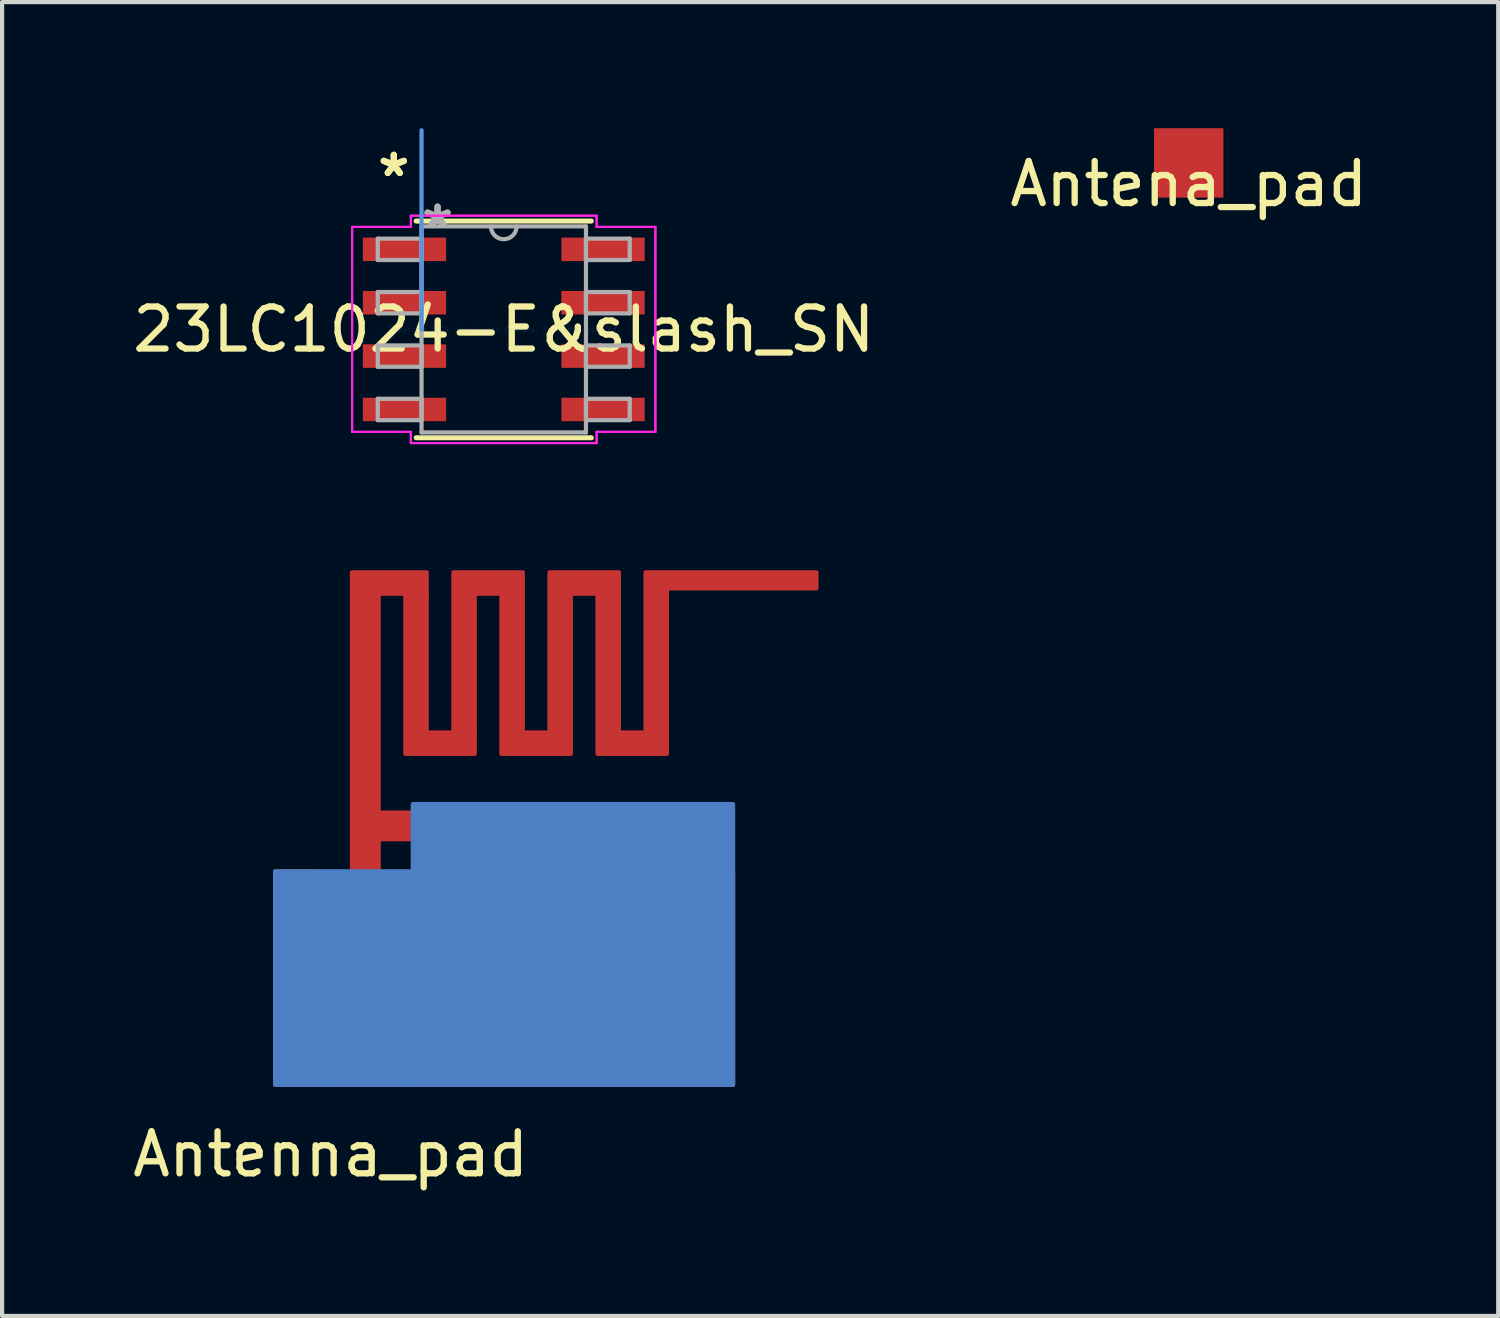
<source format=kicad_pcb>
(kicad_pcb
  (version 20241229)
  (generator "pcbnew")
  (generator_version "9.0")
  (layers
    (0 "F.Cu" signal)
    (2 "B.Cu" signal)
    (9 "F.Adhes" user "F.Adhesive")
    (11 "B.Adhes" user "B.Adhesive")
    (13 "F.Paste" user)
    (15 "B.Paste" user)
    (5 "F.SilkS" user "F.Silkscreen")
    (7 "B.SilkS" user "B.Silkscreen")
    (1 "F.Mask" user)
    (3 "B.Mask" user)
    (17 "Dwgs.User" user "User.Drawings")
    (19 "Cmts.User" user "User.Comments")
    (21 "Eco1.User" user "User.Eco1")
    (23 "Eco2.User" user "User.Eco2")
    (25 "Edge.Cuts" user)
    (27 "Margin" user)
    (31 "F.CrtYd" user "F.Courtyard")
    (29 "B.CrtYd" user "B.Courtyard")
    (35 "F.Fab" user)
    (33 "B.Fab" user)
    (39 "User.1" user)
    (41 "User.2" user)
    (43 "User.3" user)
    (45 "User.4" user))
  (footprint "23LC1024-E&slash_SN"
    (layer "F.Cu")
    (at 8.935 4.787)
    (property "Reference" "23LC1024-E&slash_SN" (at 0 0 0) (layer "F.SilkS") (effects (font (size 1 1) (thickness 0.15))))
    (attr through_hole)
    (fp_line (start -2.083 2.578) (end 2.083 2.578) (stroke (width 0.12) (type solid)) (layer "F.SilkS"))
    (fp_line (start 2.083 -2.578) (end -2.083 -2.578) (stroke (width 0.12) (type solid)) (layer "F.SilkS"))
    (fp_line (start -1.956 0) (end -1.956 -4.737) (stroke (width 0.1) (type solid)) (layer "Cmts.User"))
    (fp_line (start -3.607 -2.438) (end -2.21 -2.438) (stroke (width 0.05) (type solid)) (layer "F.CrtYd"))
    (fp_line (start -3.607 -2.438) (end -2.21 -2.438) (stroke (width 0.05) (type solid)) (layer "F.CrtYd"))
    (fp_line (start -3.607 2.438) (end -3.607 -2.438) (stroke (width 0.05) (type solid)) (layer "F.CrtYd"))
    (fp_line (start -3.607 2.438) (end -3.607 -2.438) (stroke (width 0.05) (type solid)) (layer "F.CrtYd"))
    (fp_line (start -3.607 2.438) (end -2.21 2.438) (stroke (width 0.05) (type solid)) (layer "F.CrtYd"))
    (fp_line (start -2.21 -2.705) (end 2.21 -2.705) (stroke (width 0.05) (type solid)) (layer "F.CrtYd"))
    (fp_line (start -2.21 -2.705) (end 2.21 -2.705) (stroke (width 0.05) (type solid)) (layer "F.CrtYd"))
    (fp_line (start -2.21 -2.438) (end -2.21 -2.705) (stroke (width 0.05) (type solid)) (layer "F.CrtYd"))
    (fp_line (start -2.21 -2.438) (end -2.21 -2.705) (stroke (width 0.05) (type solid)) (layer "F.CrtYd"))
    (fp_line (start -2.21 2.438) (end -3.607 2.438) (stroke (width 0.05) (type solid)) (layer "F.CrtYd"))
    (fp_line (start -2.21 2.705) (end -2.21 2.438) (stroke (width 0.05) (type solid)) (layer "F.CrtYd"))
    (fp_line (start -2.21 2.705) (end -2.21 2.438) (stroke (width 0.05) (type solid)) (layer "F.CrtYd"))
    (fp_line (start 2.21 -2.705) (end 2.21 -2.438) (stroke (width 0.05) (type solid)) (layer "F.CrtYd"))
    (fp_line (start 2.21 -2.705) (end 2.21 -2.438) (stroke (width 0.05) (type solid)) (layer "F.CrtYd"))
    (fp_line (start 2.21 -2.438) (end 3.607 -2.438) (stroke (width 0.05) (type solid)) (layer "F.CrtYd"))
    (fp_line (start 2.21 2.438) (end 2.21 2.705) (stroke (width 0.05) (type solid)) (layer "F.CrtYd"))
    (fp_line (start 2.21 2.438) (end 2.21 2.705) (stroke (width 0.05) (type solid)) (layer "F.CrtYd"))
    (fp_line (start 2.21 2.705) (end -2.21 2.705) (stroke (width 0.05) (type solid)) (layer "F.CrtYd"))
    (fp_line (start 2.21 2.705) (end -2.21 2.705) (stroke (width 0.05) (type solid)) (layer "F.CrtYd"))
    (fp_line (start 3.607 -2.438) (end 2.21 -2.438) (stroke (width 0.05) (type solid)) (layer "F.CrtYd"))
    (fp_line (start 3.607 -2.438) (end 3.607 2.438) (stroke (width 0.05) (type solid)) (layer "F.CrtYd"))
    (fp_line (start 3.607 -2.438) (end 3.607 2.438) (stroke (width 0.05) (type solid)) (layer "F.CrtYd"))
    (fp_line (start 3.607 2.438) (end 2.21 2.438) (stroke (width 0.05) (type solid)) (layer "F.CrtYd"))
    (fp_line (start 3.607 2.438) (end 2.21 2.438) (stroke (width 0.05) (type solid)) (layer "F.CrtYd"))
    (fp_line (start -2.997 -2.159) (end -2.997 -1.651) (stroke (width 0.1) (type solid)) (layer "F.Fab"))
    (fp_line (start -2.997 -1.651) (end -1.956 -1.651) (stroke (width 0.1) (type solid)) (layer "F.Fab"))
    (fp_line (start -2.997 -0.889) (end -2.997 -0.381) (stroke (width 0.1) (type solid)) (layer "F.Fab"))
    (fp_line (start -2.997 -0.381) (end -1.956 -0.381) (stroke (width 0.1) (type solid)) (layer "F.Fab"))
    (fp_line (start -2.997 0.381) (end -2.997 0.889) (stroke (width 0.1) (type solid)) (layer "F.Fab"))
    (fp_line (start -2.997 0.889) (end -1.956 0.889) (stroke (width 0.1) (type solid)) (layer "F.Fab"))
    (fp_line (start -2.997 1.651) (end -2.997 2.159) (stroke (width 0.1) (type solid)) (layer "F.Fab"))
    (fp_line (start -2.997 2.159) (end -1.956 2.159) (stroke (width 0.1) (type solid)) (layer "F.Fab"))
    (fp_line (start -1.956 -2.451) (end -1.956 2.451) (stroke (width 0.1) (type solid)) (layer "F.Fab"))
    (fp_line (start -1.956 -2.159) (end -2.997 -2.159) (stroke (width 0.1) (type solid)) (layer "F.Fab"))
    (fp_line (start -1.956 -1.651) (end -1.956 -2.159) (stroke (width 0.1) (type solid)) (layer "F.Fab"))
    (fp_line (start -1.956 -0.889) (end -2.997 -0.889) (stroke (width 0.1) (type solid)) (layer "F.Fab"))
    (fp_line (start -1.956 -0.381) (end -1.956 -0.889) (stroke (width 0.1) (type solid)) (layer "F.Fab"))
    (fp_line (start -1.956 0.381) (end -2.997 0.381) (stroke (width 0.1) (type solid)) (layer "F.Fab"))
    (fp_line (start -1.956 0.889) (end -1.956 0.381) (stroke (width 0.1) (type solid)) (layer "F.Fab"))
    (fp_line (start -1.956 1.651) (end -2.997 1.651) (stroke (width 0.1) (type solid)) (layer "F.Fab"))
    (fp_line (start -1.956 2.159) (end -1.956 1.651) (stroke (width 0.1) (type solid)) (layer "F.Fab"))
    (fp_line (start -1.956 2.451) (end 1.956 2.451) (stroke (width 0.1) (type solid)) (layer "F.Fab"))
    (fp_line (start 1.956 -2.451) (end -1.956 -2.451) (stroke (width 0.1) (type solid)) (layer "F.Fab"))
    (fp_line (start 1.956 -2.159) (end 1.956 -1.651) (stroke (width 0.1) (type solid)) (layer "F.Fab"))
    (fp_line (start 1.956 -1.651) (end 2.997 -1.651) (stroke (width 0.1) (type solid)) (layer "F.Fab"))
    (fp_line (start 1.956 -0.889) (end 1.956 -0.381) (stroke (width 0.1) (type solid)) (layer "F.Fab"))
    (fp_line (start 1.956 -0.381) (end 2.997 -0.381) (stroke (width 0.1) (type solid)) (layer "F.Fab"))
    (fp_line (start 1.956 0.381) (end 1.956 0.889) (stroke (width 0.1) (type solid)) (layer "F.Fab"))
    (fp_line (start 1.956 0.889) (end 2.997 0.889) (stroke (width 0.1) (type solid)) (layer "F.Fab"))
    (fp_line (start 1.956 1.651) (end 1.956 2.159) (stroke (width 0.1) (type solid)) (layer "F.Fab"))
    (fp_line (start 1.956 2.159) (end 2.997 2.159) (stroke (width 0.1) (type solid)) (layer "F.Fab"))
    (fp_line (start 1.956 2.451) (end 1.956 -2.451) (stroke (width 0.1) (type solid)) (layer "F.Fab"))
    (fp_line (start 2.997 -2.159) (end 1.956 -2.159) (stroke (width 0.1) (type solid)) (layer "F.Fab"))
    (fp_line (start 2.997 -1.651) (end 2.997 -2.159) (stroke (width 0.1) (type solid)) (layer "F.Fab"))
    (fp_line (start 2.997 -0.889) (end 1.956 -0.889) (stroke (width 0.1) (type solid)) (layer "F.Fab"))
    (fp_line (start 2.997 -0.381) (end 2.997 -0.889) (stroke (width 0.1) (type solid)) (layer "F.Fab"))
    (fp_line (start 2.997 0.381) (end 1.956 0.381) (stroke (width 0.1) (type solid)) (layer "F.Fab"))
    (fp_line (start 2.997 0.889) (end 2.997 0.381) (stroke (width 0.1) (type solid)) (layer "F.Fab"))
    (fp_line (start 2.997 1.651) (end 1.956 1.651) (stroke (width 0.1) (type solid)) (layer "F.Fab"))
    (fp_line (start 2.997 2.159) (end 2.997 1.651) (stroke (width 0.1) (type solid)) (layer "F.Fab"))
    (fp_arc (start 0.3048 -2.4511) (mid 0 -2.1463) (end -0.3048 -2.4511) (stroke (width 0.1) (type solid)) (layer "F.Fab"))
    (fp_text user "*" (at -2.616 -3.607 0) (layer "F.SilkS") (effects (font (size 1 1) (thickness 0.15))))
    (fp_text user "*" (at -2.616 -3.607 0) (layer "F.SilkS") (effects (font (size 1 1) (thickness 0.15))))
    (fp_text user "Copyright 2021 Accelerated Designs. All rights reserved." (at 0 0 0) (layer "Cmts.User") (effects (font (size 0.127 0.127) (thickness 0.002))))
    (fp_text user "*" (at -1.575 -2.375 0) (layer "F.Fab") (effects (font (size 1 1) (thickness 0.15))))
    (fp_text user "*" (at -1.575 -2.375 0) (layer "F.Fab") (effects (font (size 1 1) (thickness 0.15))))
    (pad "1" smd rect (at -2.362 -1.905) (size 1.981 0.559) (layers "F.Cu" "F.Mask" "F.Paste"))
    (pad "2" smd rect (at -2.362 -0.635) (size 1.981 0.559) (layers "F.Cu" "F.Mask" "F.Paste"))
    (pad "3" smd rect (at -2.362 0.635) (size 1.981 0.559) (layers "F.Cu" "F.Mask" "F.Paste"))
    (pad "4" smd rect (at -2.362 1.905) (size 1.981 0.559) (layers "F.Cu" "F.Mask" "F.Paste"))
    (pad "5" smd rect (at 2.362 1.905) (size 1.981 0.559) (layers "F.Cu" "F.Mask" "F.Paste"))
    (pad "6" smd rect (at 2.362 0.635) (size 1.981 0.559) (layers "F.Cu" "F.Mask" "F.Paste"))
    (pad "7" smd rect (at 2.362 -0.635) (size 1.981 0.559) (layers "F.Cu" "F.Mask" "F.Paste"))
    (pad "8" smd rect (at 2.362 -1.905) (size 1.981 0.559) (layers "F.Cu" "F.Mask" "F.Paste")))
  (footprint "Antenna_pad"
    (layer "F.Cu")
    (at 6.733 23.223)
    (property "Reference" "Antenna_pad" (at -1.917 1.187 0) (layer "F.SilkS") (effects (font (size 1 1) (thickness 0.15))))
    (attr through_hole)
    (fp_poly (pts (xy -1.409 -4.528) (xy -1.917 -4.528) (xy -1.409 -5.544)) (stroke (width 0.1) (type solid)) (fill yes) (layer "F.Cu"))
    (fp_poly (pts (xy -0.266 -4.528) (xy -0.774 -4.528) (xy -0.774 -5.544)) (stroke (width 0.1) (type solid)) (fill yes) (layer "F.Cu"))
    (fp_poly (pts (xy -0.901 -5.544) (xy -1.409 -5.544) (xy -1.409 -12.656) (xy -0.901 -12.656)) (stroke (width 0.1) (type solid)) (fill yes) (layer "F.Cu"))
    (fp_poly (pts (xy -0.774 -5.544) (xy -0.901 -5.544) (xy -0.901 -12.656) (xy -0.774 -12.656)) (stroke (width 0.1) (type solid)) (fill yes) (layer "F.Cu"))
    (fp_poly (pts (xy -0.774 -4.528) (xy -1.409 -4.528) (xy -1.409 -5.544) (xy -0.774 -5.544)) (stroke (width 0.1) (type solid)) (fill yes) (layer "F.Cu"))
    (fp_poly (pts (xy -0.139 -12.148) (xy -0.774 -12.148) (xy -0.774 -12.656) (xy -0.139 -12.656)) (stroke (width 0.1) (type solid)) (fill yes) (layer "F.Cu"))
    (fp_poly (pts (xy 0.369 -12.148) (xy -0.139 -12.148) (xy -0.139 -12.656) (xy 0.369 -12.656)) (stroke (width 0.1) (type solid)) (fill yes) (layer "F.Cu"))
    (fp_poly (pts (xy 0.369 -8.338) (xy -0.139 -8.338) (xy -0.139 -12.148) (xy 0.369 -12.148)) (stroke (width 0.1) (type solid)) (fill yes) (layer "F.Cu"))
    (fp_poly (pts (xy 1.004 -8.846) (xy 0.369 -8.846) (xy 0.369 -8.338) (xy 1.004 -8.338)) (stroke (width 0.1) (type solid)) (fill yes) (layer "F.Cu"))
    (fp_poly (pts (xy 1.512 -12.656) (xy 1.004 -12.656) (xy 1.004 -8.846) (xy 1.512 -8.846)) (stroke (width 0.1) (type solid)) (fill yes) (layer "F.Cu"))
    (fp_poly (pts (xy 1.512 -8.846) (xy 1.004 -8.846) (xy 1.004 -8.338) (xy 1.512 -8.338)) (stroke (width 0.1) (type solid)) (fill yes) (layer "F.Cu"))
    (fp_poly (pts (xy 2.147 -12.148) (xy 1.512 -12.148) (xy 1.512 -12.656) (xy 2.147 -12.656)) (stroke (width 0.1) (type solid)) (fill yes) (layer "F.Cu"))
    (fp_poly (pts (xy 2.655 -12.148) (xy 2.147 -12.148) (xy 2.147 -12.656) (xy 2.655 -12.656)) (stroke (width 0.1) (type solid)) (fill yes) (layer "F.Cu"))
    (fp_poly (pts (xy 2.655 -8.338) (xy 2.147 -8.338) (xy 2.147 -12.148) (xy 2.655 -12.148)) (stroke (width 0.1) (type solid)) (fill yes) (layer "F.Cu"))
    (fp_poly (pts (xy 3.29 -8.846) (xy 2.655 -8.846) (xy 2.655 -8.338) (xy 3.29 -8.338)) (stroke (width 0.1) (type solid)) (fill yes) (layer "F.Cu"))
    (fp_poly (pts (xy 3.798 -12.656) (xy 3.29 -12.656) (xy 3.29 -8.846) (xy 3.798 -8.846)) (stroke (width 0.1) (type solid)) (fill yes) (layer "F.Cu"))
    (fp_poly (pts (xy 3.798 -8.846) (xy 3.29 -8.846) (xy 3.29 -8.338) (xy 3.798 -8.338)) (stroke (width 0.1) (type solid)) (fill yes) (layer "F.Cu"))
    (fp_poly (pts (xy 4.433 -12.148) (xy 3.798 -12.148) (xy 3.798 -12.656) (xy 4.433 -12.656)) (stroke (width 0.1) (type solid)) (fill yes) (layer "F.Cu"))
    (fp_poly (pts (xy 4.941 -12.148) (xy 4.433 -12.148) (xy 4.433 -12.656) (xy 4.941 -12.656)) (stroke (width 0.1) (type solid)) (fill yes) (layer "F.Cu"))
    (fp_poly (pts (xy 4.941 -8.338) (xy 4.433 -8.338) (xy 4.433 -12.148) (xy 4.941 -12.148)) (stroke (width 0.1) (type solid)) (fill yes) (layer "F.Cu"))
    (fp_poly (pts (xy 5.576 -8.846) (xy 4.941 -8.846) (xy 4.941 -8.338) (xy 5.576 -8.338)) (stroke (width 0.1) (type solid)) (fill yes) (layer "F.Cu"))
    (fp_poly (pts (xy 6.084 -12.656) (xy 5.576 -12.656) (xy 5.576 -8.846) (xy 6.084 -8.846)) (stroke (width 0.1) (type solid)) (fill yes) (layer "F.Cu"))
    (fp_poly (pts (xy 6.084 -8.846) (xy 5.576 -8.846) (xy 5.576 -8.338) (xy 6.084 -8.338)) (stroke (width 0.1) (type solid)) (fill yes) (layer "F.Cu"))
    (fp_poly (pts (xy 6.084 -6.306) (xy -0.774 -6.306) (xy -0.774 -6.941) (xy 6.084 -6.941)) (stroke (width 0.1) (type solid)) (fill yes) (layer "F.Cu"))
    (fp_poly (pts (xy 6.16 -6.306) (xy 6.084 -6.306) (xy 6.084 -6.941) (xy 6.16 -6.941)) (stroke (width 0.1) (type solid)) (fill yes) (layer "F.Cu"))
    (fp_poly (pts (xy 9.64 -12.402) (xy 6.084 -12.402) (xy 6.084 -12.656) (xy 9.64 -12.656)) (stroke (width 0.1) (type solid)) (fill yes) (layer "F.Cu"))
    (fp_poly (pts (xy 9.64 -12.275) (xy 6.084 -12.275) (xy 6.084 -12.402) (xy 9.64 -12.402)) (stroke (width 0.1) (type solid)) (fill yes) (layer "F.Cu"))
    (fp_poly (pts (xy -0.266 -0.464) (xy -1.155 -0.464) (xy -1.917 -0.464) (xy -1.917 -4.528) (xy -0.266 -4.528)) (stroke (width 0.1) (type solid)) (fill yes) (layer "F.Cu"))
    (pad "1" smd rect (at -1.079 -1.175) (size 1.524 1.524) (layers "F.Cu"))
    (pad "2" smd custom (at -2.743 -1.27) (size 1 1.524) (layers "F.Cu") (options (anchor rect)) (primitives (gr_poly (pts (xy 0.521 0.806) (xy -0.495 0.806) (xy -0.495 -4.274) (xy 0.521 -4.274)) (width 0.1) (fill yes))))
    (pad "2" smd custom (at 0.762 -1.194) (size 1.524 1.524) (layers "F.Cu") (options (anchor rect)) (primitives (gr_poly (pts (xy 6.897 0.73) (xy -0.723 0.73) (xy -0.723 -4.35) (xy 6.897 -4.35)) (width 0.1) (fill yes))))
    (pad "2" smd custom (at 1.93 -1.397) (size 1 1.524) (layers "B.Cu") (options (anchor rect)) (primitives (gr_poly (pts (xy 0.521 0.806) (xy -0.495 0.806) (xy -0.495 -4.274) (xy 0.521 -4.274)) (width 0.1) (fill yes)) (gr_poly (pts (xy 5.728 0.933) (xy -1.892 0.933) (xy -1.892 -5.747) (xy 5.728 -5.747)) (width 0.1) (fill yes)) (gr_poly (pts (xy 5.728 0.933) (xy -5.168 0.933) (xy -5.168 -4.147) (xy 5.728 -4.147)) (width 0.1) (fill yes)))))
  (footprint "Antena_pad"
    (layer "F.Cu")
    (at 25.232 0.826)
    (property "Reference" "Antena_pad" (at 0 0.5 0) (layer "F.SilkS") (effects (font (size 1 1) (thickness 0.15))))
    (attr through_hole)
    (pad "1" smd rect (at 0 0) (size 1.651 1.651) (layers "F.Cu" "F.Mask" "F.Paste")))
  (gr_rect
    (start -3 -3)
    (end 32.595 28.258)
    (stroke (width 0.1) (type default))
    (fill no)
    (layer "Edge.Cuts")))
</source>
